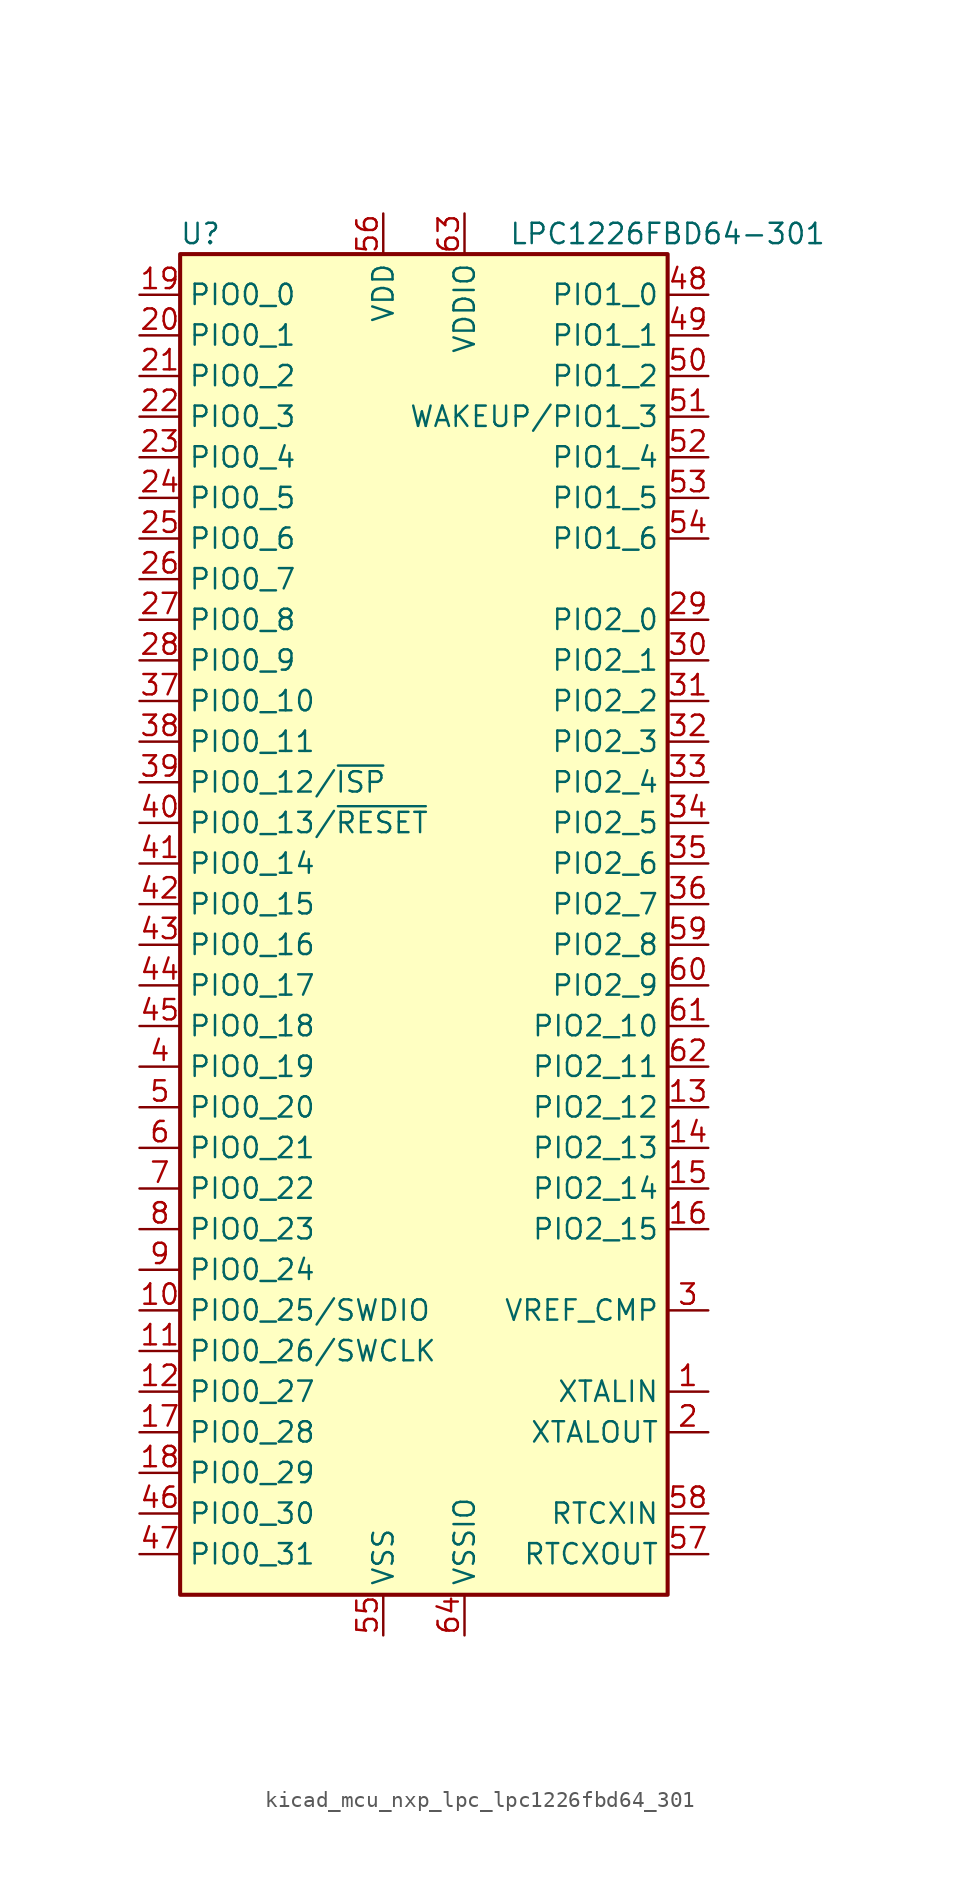
<source format=kicad_sym>
(kicad_symbol_lib
  (version 20220914)
  (generator kicad_symbol_editor)
  (symbol "kicad_mcu_nxp_lpc_lpc1226fbd64_301"
    (property "Reference" "U"
      (at -13.97 44.45 0)
      (effects (font (size 1.27 1.27))))
    (property "Value" "LPC1226FBD64-301"
      (at 15.24 44.45 0)
      (effects (font (size 1.27 1.27))))
    (symbol "kicad_mcu_nxp_lpc_lpc1226fbd64_301_0_1"
      (rectangle (start -15.24 43.18) (end 15.24 -40.64) (stroke (width 0.254) (type default)) (fill (type background))))
    (symbol "kicad_mcu_nxp_lpc_lpc1226fbd64_301_1_1"
      (pin input line (at 17.78 -27.94 180) (length 2.54) (name "XTALIN" (effects (font (size 1.27 1.27)))) (number "1" (effects (font (size 1.27 1.27)))))
      (pin bidirectional line (at -17.78 -22.86 0) (length 2.54) (name "PIO0_25/SWDIO" (effects (font (size 1.27 1.27)))) (number "10" (effects (font (size 1.27 1.27)))))
      (pin bidirectional line (at -17.78 -25.4 0) (length 2.54) (name "PIO0_26/SWCLK" (effects (font (size 1.27 1.27)))) (number "11" (effects (font (size 1.27 1.27)))))
      (pin bidirectional line (at -17.78 -27.94 0) (length 2.54) (name "PIO0_27" (effects (font (size 1.27 1.27)))) (number "12" (effects (font (size 1.27 1.27)))))
      (pin bidirectional line (at 17.78 -10.16 180) (length 2.54) (name "PIO2_12" (effects (font (size 1.27 1.27)))) (number "13" (effects (font (size 1.27 1.27)))))
      (pin bidirectional line (at 17.78 -12.7 180) (length 2.54) (name "PIO2_13" (effects (font (size 1.27 1.27)))) (number "14" (effects (font (size 1.27 1.27)))))
      (pin bidirectional line (at 17.78 -15.24 180) (length 2.54) (name "PIO2_14" (effects (font (size 1.27 1.27)))) (number "15" (effects (font (size 1.27 1.27)))))
      (pin bidirectional line (at 17.78 -17.78 180) (length 2.54) (name "PIO2_15" (effects (font (size 1.27 1.27)))) (number "16" (effects (font (size 1.27 1.27)))))
      (pin bidirectional line (at -17.78 -30.48 0) (length 2.54) (name "PIO0_28" (effects (font (size 1.27 1.27)))) (number "17" (effects (font (size 1.27 1.27)))))
      (pin bidirectional line (at -17.78 -33.02 0) (length 2.54) (name "PIO0_29" (effects (font (size 1.27 1.27)))) (number "18" (effects (font (size 1.27 1.27)))))
      (pin bidirectional line (at -17.78 40.64 0) (length 2.54) (name "PIO0_0" (effects (font (size 1.27 1.27)))) (number "19" (effects (font (size 1.27 1.27)))))
      (pin output line (at 17.78 -30.48 180) (length 2.54) (name "XTALOUT" (effects (font (size 1.27 1.27)))) (number "2" (effects (font (size 1.27 1.27)))))
      (pin bidirectional line (at -17.78 38.1 0) (length 2.54) (name "PIO0_1" (effects (font (size 1.27 1.27)))) (number "20" (effects (font (size 1.27 1.27)))))
      (pin bidirectional line (at -17.78 35.56 0) (length 2.54) (name "PIO0_2" (effects (font (size 1.27 1.27)))) (number "21" (effects (font (size 1.27 1.27)))))
      (pin bidirectional line (at -17.78 33.02 0) (length 2.54) (name "PIO0_3" (effects (font (size 1.27 1.27)))) (number "22" (effects (font (size 1.27 1.27)))))
      (pin bidirectional line (at -17.78 30.48 0) (length 2.54) (name "PIO0_4" (effects (font (size 1.27 1.27)))) (number "23" (effects (font (size 1.27 1.27)))))
      (pin bidirectional line (at -17.78 27.94 0) (length 2.54) (name "PIO0_5" (effects (font (size 1.27 1.27)))) (number "24" (effects (font (size 1.27 1.27)))))
      (pin bidirectional line (at -17.78 25.4 0) (length 2.54) (name "PIO0_6" (effects (font (size 1.27 1.27)))) (number "25" (effects (font (size 1.27 1.27)))))
      (pin bidirectional line (at -17.78 22.86 0) (length 2.54) (name "PIO0_7" (effects (font (size 1.27 1.27)))) (number "26" (effects (font (size 1.27 1.27)))))
      (pin bidirectional line (at -17.78 20.32 0) (length 2.54) (name "PIO0_8" (effects (font (size 1.27 1.27)))) (number "27" (effects (font (size 1.27 1.27)))))
      (pin bidirectional line (at -17.78 17.78 0) (length 2.54) (name "PIO0_9" (effects (font (size 1.27 1.27)))) (number "28" (effects (font (size 1.27 1.27)))))
      (pin bidirectional line (at 17.78 20.32 180) (length 2.54) (name "PIO2_0" (effects (font (size 1.27 1.27)))) (number "29" (effects (font (size 1.27 1.27)))))
      (pin input line (at 17.78 -22.86 180) (length 2.54) (name "VREF_CMP" (effects (font (size 1.27 1.27)))) (number "3" (effects (font (size 1.27 1.27)))))
      (pin bidirectional line (at 17.78 17.78 180) (length 2.54) (name "PIO2_1" (effects (font (size 1.27 1.27)))) (number "30" (effects (font (size 1.27 1.27)))))
      (pin bidirectional line (at 17.78 15.24 180) (length 2.54) (name "PIO2_2" (effects (font (size 1.27 1.27)))) (number "31" (effects (font (size 1.27 1.27)))))
      (pin bidirectional line (at 17.78 12.7 180) (length 2.54) (name "PIO2_3" (effects (font (size 1.27 1.27)))) (number "32" (effects (font (size 1.27 1.27)))))
      (pin bidirectional line (at 17.78 10.16 180) (length 2.54) (name "PIO2_4" (effects (font (size 1.27 1.27)))) (number "33" (effects (font (size 1.27 1.27)))))
      (pin bidirectional line (at 17.78 7.62 180) (length 2.54) (name "PIO2_5" (effects (font (size 1.27 1.27)))) (number "34" (effects (font (size 1.27 1.27)))))
      (pin bidirectional line (at 17.78 5.08 180) (length 2.54) (name "PIO2_6" (effects (font (size 1.27 1.27)))) (number "35" (effects (font (size 1.27 1.27)))))
      (pin bidirectional line (at 17.78 2.54 180) (length 2.54) (name "PIO2_7" (effects (font (size 1.27 1.27)))) (number "36" (effects (font (size 1.27 1.27)))))
      (pin bidirectional line (at -17.78 15.24 0) (length 2.54) (name "PIO0_10" (effects (font (size 1.27 1.27)))) (number "37" (effects (font (size 1.27 1.27)))))
      (pin bidirectional line (at -17.78 12.7 0) (length 2.54) (name "PIO0_11" (effects (font (size 1.27 1.27)))) (number "38" (effects (font (size 1.27 1.27)))))
      (pin bidirectional line (at -17.78 10.16 0) (length 2.54) (name "PIO0_12/~{ISP}" (effects (font (size 1.27 1.27)))) (number "39" (effects (font (size 1.27 1.27)))))
      (pin bidirectional line (at -17.78 -7.62 0) (length 2.54) (name "PIO0_19" (effects (font (size 1.27 1.27)))) (number "4" (effects (font (size 1.27 1.27)))))
      (pin bidirectional line (at -17.78 7.62 0) (length 2.54) (name "PIO0_13/~{RESET}" (effects (font (size 1.27 1.27)))) (number "40" (effects (font (size 1.27 1.27)))))
      (pin bidirectional line (at -17.78 5.08 0) (length 2.54) (name "PIO0_14" (effects (font (size 1.27 1.27)))) (number "41" (effects (font (size 1.27 1.27)))))
      (pin bidirectional line (at -17.78 2.54 0) (length 2.54) (name "PIO0_15" (effects (font (size 1.27 1.27)))) (number "42" (effects (font (size 1.27 1.27)))))
      (pin bidirectional line (at -17.78 0 0) (length 2.54) (name "PIO0_16" (effects (font (size 1.27 1.27)))) (number "43" (effects (font (size 1.27 1.27)))))
      (pin bidirectional line (at -17.78 -2.54 0) (length 2.54) (name "PIO0_17" (effects (font (size 1.27 1.27)))) (number "44" (effects (font (size 1.27 1.27)))))
      (pin bidirectional line (at -17.78 -5.08 0) (length 2.54) (name "PIO0_18" (effects (font (size 1.27 1.27)))) (number "45" (effects (font (size 1.27 1.27)))))
      (pin bidirectional line (at -17.78 -35.56 0) (length 2.54) (name "PIO0_30" (effects (font (size 1.27 1.27)))) (number "46" (effects (font (size 1.27 1.27)))))
      (pin bidirectional line (at -17.78 -38.1 0) (length 2.54) (name "PIO0_31" (effects (font (size 1.27 1.27)))) (number "47" (effects (font (size 1.27 1.27)))))
      (pin bidirectional line (at 17.78 40.64 180) (length 2.54) (name "PIO1_0" (effects (font (size 1.27 1.27)))) (number "48" (effects (font (size 1.27 1.27)))))
      (pin bidirectional line (at 17.78 38.1 180) (length 2.54) (name "PIO1_1" (effects (font (size 1.27 1.27)))) (number "49" (effects (font (size 1.27 1.27)))))
      (pin bidirectional line (at -17.78 -10.16 0) (length 2.54) (name "PIO0_20" (effects (font (size 1.27 1.27)))) (number "5" (effects (font (size 1.27 1.27)))))
      (pin bidirectional line (at 17.78 35.56 180) (length 2.54) (name "PIO1_2" (effects (font (size 1.27 1.27)))) (number "50" (effects (font (size 1.27 1.27)))))
      (pin bidirectional line (at 17.78 33.02 180) (length 2.54) (name "WAKEUP/PIO1_3" (effects (font (size 1.27 1.27)))) (number "51" (effects (font (size 1.27 1.27)))))
      (pin bidirectional line (at 17.78 30.48 180) (length 2.54) (name "PIO1_4" (effects (font (size 1.27 1.27)))) (number "52" (effects (font (size 1.27 1.27)))))
      (pin bidirectional line (at 17.78 27.94 180) (length 2.54) (name "PIO1_5" (effects (font (size 1.27 1.27)))) (number "53" (effects (font (size 1.27 1.27)))))
      (pin bidirectional line (at 17.78 25.4 180) (length 2.54) (name "PIO1_6" (effects (font (size 1.27 1.27)))) (number "54" (effects (font (size 1.27 1.27)))))
      (pin power_in line (at -2.54 -43.18 90) (length 2.54) (name "VSS" (effects (font (size 1.27 1.27)))) (number "55" (effects (font (size 1.27 1.27)))))
      (pin power_in line (at -2.54 45.72 270) (length 2.54) (name "VDD" (effects (font (size 1.27 1.27)))) (number "56" (effects (font (size 1.27 1.27)))))
      (pin output line (at 17.78 -38.1 180) (length 2.54) (name "RTCXOUT" (effects (font (size 1.27 1.27)))) (number "57" (effects (font (size 1.27 1.27)))))
      (pin input line (at 17.78 -35.56 180) (length 2.54) (name "RTCXIN" (effects (font (size 1.27 1.27)))) (number "58" (effects (font (size 1.27 1.27)))))
      (pin bidirectional line (at 17.78 0 180) (length 2.54) (name "PIO2_8" (effects (font (size 1.27 1.27)))) (number "59" (effects (font (size 1.27 1.27)))))
      (pin bidirectional line (at -17.78 -12.7 0) (length 2.54) (name "PIO0_21" (effects (font (size 1.27 1.27)))) (number "6" (effects (font (size 1.27 1.27)))))
      (pin bidirectional line (at 17.78 -2.54 180) (length 2.54) (name "PIO2_9" (effects (font (size 1.27 1.27)))) (number "60" (effects (font (size 1.27 1.27)))))
      (pin bidirectional line (at 17.78 -5.08 180) (length 2.54) (name "PIO2_10" (effects (font (size 1.27 1.27)))) (number "61" (effects (font (size 1.27 1.27)))))
      (pin bidirectional line (at 17.78 -7.62 180) (length 2.54) (name "PIO2_11" (effects (font (size 1.27 1.27)))) (number "62" (effects (font (size 1.27 1.27)))))
      (pin power_in line (at 2.54 45.72 270) (length 2.54) (name "VDDIO" (effects (font (size 1.27 1.27)))) (number "63" (effects (font (size 1.27 1.27)))))
      (pin power_in line (at 2.54 -43.18 90) (length 2.54) (name "VSSIO" (effects (font (size 1.27 1.27)))) (number "64" (effects (font (size 1.27 1.27)))))
      (pin bidirectional line (at -17.78 -15.24 0) (length 2.54) (name "PIO0_22" (effects (font (size 1.27 1.27)))) (number "7" (effects (font (size 1.27 1.27)))))
      (pin bidirectional line (at -17.78 -17.78 0) (length 2.54) (name "PIO0_23" (effects (font (size 1.27 1.27)))) (number "8" (effects (font (size 1.27 1.27)))))
      (pin bidirectional line (at -17.78 -20.32 0) (length 2.54) (name "PIO0_24" (effects (font (size 1.27 1.27)))) (number "9" (effects (font (size 1.27 1.27))))))))
</source>
